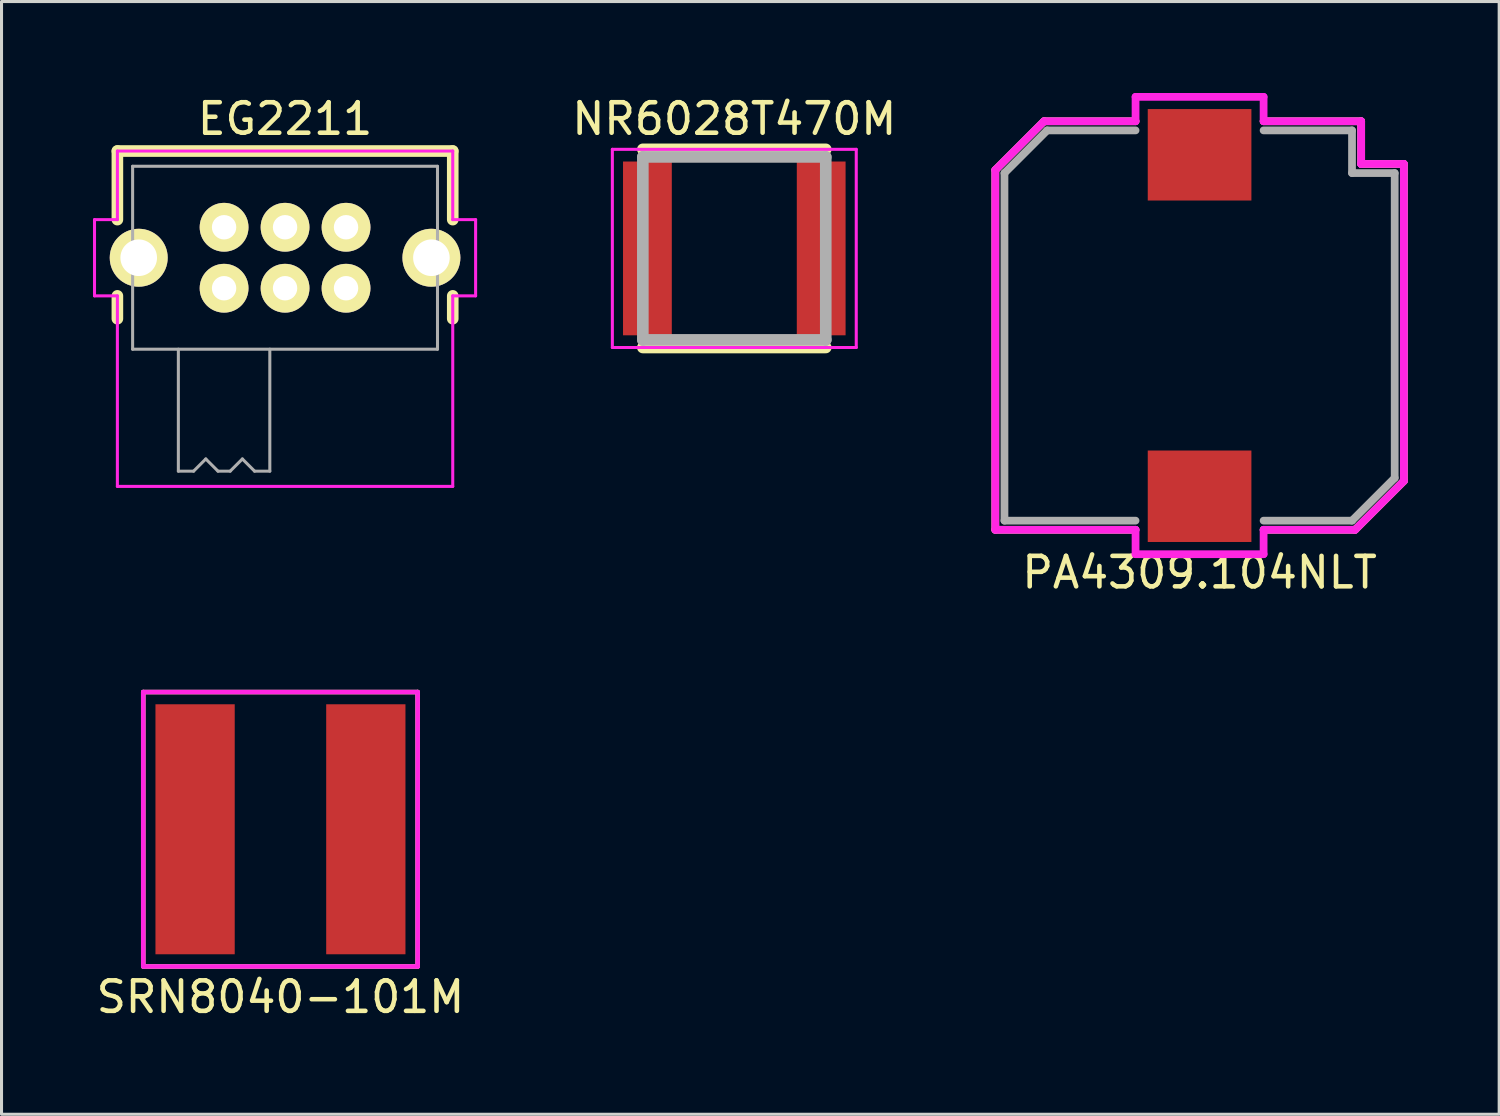
<source format=kicad_pcb>
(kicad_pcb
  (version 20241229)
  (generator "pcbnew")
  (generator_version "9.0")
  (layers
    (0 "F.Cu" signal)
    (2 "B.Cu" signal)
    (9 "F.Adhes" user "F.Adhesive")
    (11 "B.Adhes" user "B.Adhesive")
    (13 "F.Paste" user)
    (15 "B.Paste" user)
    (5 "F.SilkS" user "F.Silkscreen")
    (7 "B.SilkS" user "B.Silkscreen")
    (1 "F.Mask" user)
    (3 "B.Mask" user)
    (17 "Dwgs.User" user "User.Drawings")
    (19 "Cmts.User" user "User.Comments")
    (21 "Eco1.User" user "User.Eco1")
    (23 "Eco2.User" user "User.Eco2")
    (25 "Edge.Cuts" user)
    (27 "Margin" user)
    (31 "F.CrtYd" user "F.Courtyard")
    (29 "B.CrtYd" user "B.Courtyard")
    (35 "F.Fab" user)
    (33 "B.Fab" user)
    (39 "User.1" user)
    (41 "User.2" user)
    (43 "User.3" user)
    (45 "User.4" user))
  (footprint "EG2211"
    (layer "F.Cu")
    (at 6.3 5.404)
    (property "Reference" "EG2211" (at 0 -4.556 0) (layer "F.SilkS") (effects (font (size 1 1) (thickness 0.15))))
    (attr through_hole)
    (fp_line (start -5.5 -3.5) (end -5.5 -1.25) (stroke (width 0.381) (type solid)) (layer "F.SilkS"))
    (fp_line (start -5.5 -3.5) (end 5.5 -3.5) (stroke (width 0.381) (type solid)) (layer "F.SilkS"))
    (fp_line (start -5.5 1.25) (end -5.5 2) (stroke (width 0.381) (type solid)) (layer "F.SilkS"))
    (fp_line (start 5.5 -3.5) (end 5.5 -1.25) (stroke (width 0.381) (type solid)) (layer "F.SilkS"))
    (fp_line (start 5.5 1.25) (end 5.5 2) (stroke (width 0.381) (type solid)) (layer "F.SilkS"))
    (fp_line (start -6.25 -1.25) (end -6.25 1.25) (stroke (width 0.1) (type solid)) (layer "F.CrtYd"))
    (fp_line (start -6.25 1.25) (end -5.5 1.25) (stroke (width 0.1) (type solid)) (layer "F.CrtYd"))
    (fp_line (start -5.5 -3.5) (end -5.5 -1.25) (stroke (width 0.1) (type solid)) (layer "F.CrtYd"))
    (fp_line (start -5.5 -1.25) (end -6.25 -1.25) (stroke (width 0.1) (type solid)) (layer "F.CrtYd"))
    (fp_line (start -5.5 1.25) (end -5.5 7.5) (stroke (width 0.1) (type solid)) (layer "F.CrtYd"))
    (fp_line (start -5.5 7.5) (end 5.5 7.5) (stroke (width 0.1) (type solid)) (layer "F.CrtYd"))
    (fp_line (start 5.5 -3.5) (end -5.5 -3.5) (stroke (width 0.1) (type solid)) (layer "F.CrtYd"))
    (fp_line (start 5.5 -1.25) (end 5.5 -3.5) (stroke (width 0.1) (type solid)) (layer "F.CrtYd"))
    (fp_line (start 5.5 1.25) (end 6.25 1.25) (stroke (width 0.1) (type solid)) (layer "F.CrtYd"))
    (fp_line (start 5.5 7.5) (end 5.5 1.25) (stroke (width 0.1) (type solid)) (layer "F.CrtYd"))
    (fp_line (start 6.25 -1.25) (end 5.5 -1.25) (stroke (width 0.1) (type solid)) (layer "F.CrtYd"))
    (fp_line (start 6.25 1.25) (end 6.25 -1.25) (stroke (width 0.1) (type solid)) (layer "F.CrtYd"))
    (fp_line (start -5 -3) (end 5 -3) (stroke (width 0.1) (type solid)) (layer "F.Fab"))
    (fp_line (start -5 3) (end -5 -3) (stroke (width 0.1) (type solid)) (layer "F.Fab"))
    (fp_line (start -5 3) (end 5 3) (stroke (width 0.1) (type solid)) (layer "F.Fab"))
    (fp_line (start -3.5 7) (end -3.5 3) (stroke (width 0.1) (type solid)) (layer "F.Fab"))
    (fp_line (start -3.5 7) (end -3 7) (stroke (width 0.1) (type solid)) (layer "F.Fab"))
    (fp_line (start -3 7) (end -2.6 6.6) (stroke (width 0.1) (type solid)) (layer "F.Fab"))
    (fp_line (start -2.6 6.6) (end -2.2 7) (stroke (width 0.1) (type solid)) (layer "F.Fab"))
    (fp_line (start -2.2 7) (end -1.8 7) (stroke (width 0.1) (type solid)) (layer "F.Fab"))
    (fp_line (start -1.8 7) (end -1.4 6.6) (stroke (width 0.1) (type solid)) (layer "F.Fab"))
    (fp_line (start -1.4 6.6) (end -1 7) (stroke (width 0.1) (type solid)) (layer "F.Fab"))
    (fp_line (start -0.5 7) (end -1 7) (stroke (width 0.1) (type solid)) (layer "F.Fab"))
    (fp_line (start -0.5 7) (end -0.5 3) (stroke (width 0.1) (type solid)) (layer "F.Fab"))
    (fp_line (start 5 -3) (end 5 3) (stroke (width 0.1) (type solid)) (layer "F.Fab"))
    (pad "1" thru_hole circle (at -2 -1) (size 1.6 1.6) (drill 0.8) (layers "*.Cu" "*.Mask" "F.SilkS"))
    (pad "2" thru_hole circle (at -2 1) (size 1.6 1.6) (drill 0.8) (layers "*.Cu" "*.Mask" "F.SilkS"))
    (pad "3" thru_hole circle (at 0 -1) (size 1.6 1.6) (drill 0.8) (layers "*.Cu" "*.Mask" "F.SilkS"))
    (pad "4" thru_hole circle (at 0 1) (size 1.6 1.6) (drill 0.8) (layers "*.Cu" "*.Mask" "F.SilkS"))
    (pad "5" thru_hole circle (at 2 -1) (size 1.6 1.6) (drill 0.8) (layers "*.Cu" "*.Mask" "F.SilkS"))
    (pad "6" thru_hole circle (at 2 1) (size 1.6 1.6) (drill 0.8) (layers "*.Cu" "*.Mask" "F.SilkS"))
    (pad "MTG1" thru_hole circle (at -4.8 0) (size 1.9 1.9) (drill 1.2) (layers "*.Cu" "*.Mask" "F.SilkS"))
    (pad "MTG2" thru_hole circle (at 4.8 0) (size 1.9 1.9) (drill 1.2) (layers "*.Cu" "*.Mask" "F.SilkS")))
  (footprint "SRN8040-101M"
    (layer "F.Cu")
    (at 6.149 24.15)
    (property "Reference" "SRN8040-101M" (at 0 5.5 0) (layer "F.SilkS") (effects (font (size 1 1) (thickness 0.15))))
    (attr through_hole)
    (fp_line (start -4.5 -4.5) (end 4.5 -4.5) (stroke (width 0.15) (type solid)) (layer "F.SilkS"))
    (fp_line (start -4.5 4.5) (end -4.5 -4.5) (stroke (width 0.15) (type solid)) (layer "F.SilkS"))
    (fp_line (start 4.5 -4.5) (end 4.5 4.5) (stroke (width 0.15) (type solid)) (layer "F.SilkS"))
    (fp_line (start 4.5 4.5) (end -4.5 4.5) (stroke (width 0.15) (type solid)) (layer "F.SilkS"))
    (fp_line (start -4.5 -4.5) (end 4.5 -4.5) (stroke (width 0.15) (type solid)) (layer "F.CrtYd"))
    (fp_line (start -4.5 4.5) (end -4.5 -4.5) (stroke (width 0.15) (type solid)) (layer "F.CrtYd"))
    (fp_line (start 4.5 -4.5) (end 4.5 4.5) (stroke (width 0.15) (type solid)) (layer "F.CrtYd"))
    (fp_line (start 4.5 4.5) (end -4.5 4.5) (stroke (width 0.15) (type solid)) (layer "F.CrtYd"))
    (pad "1" smd rect (at -2.8 0 90) (size 8.2 2.6) (layers "F.Cu" "F.Mask" "F.Paste"))
    (pad "2" smd rect (at 2.8 0 90) (size 8.2 2.6) (layers "F.Cu" "F.Mask" "F.Paste")))
  (footprint "NR6028T470M"
    (layer "F.Cu")
    (at 21.035 5.098)
    (property "Reference" "NR6028T470M" (at 0 -4.25 0) (layer "F.SilkS") (effects (font (size 1 1) (thickness 0.15))))
    (attr through_hole)
    (fp_line (start -3 -3.25) (end 3 -3.25) (stroke (width 0.381) (type solid)) (layer "F.SilkS"))
    (fp_line (start -3 3.25) (end 3 3.25) (stroke (width 0.381) (type solid)) (layer "F.SilkS"))
    (fp_line (start -4 -3.25) (end 4 -3.25) (stroke (width 0.1) (type solid)) (layer "F.CrtYd"))
    (fp_line (start -4 3.25) (end -4 -3.25) (stroke (width 0.1) (type solid)) (layer "F.CrtYd"))
    (fp_line (start 4 -3.25) (end 4 3.25) (stroke (width 0.1) (type solid)) (layer "F.CrtYd"))
    (fp_line (start 4 3.25) (end -4 3.25) (stroke (width 0.1) (type solid)) (layer "F.CrtYd"))
    (fp_line (start -3 -3) (end -3 3) (stroke (width 0.381) (type solid)) (layer "F.Fab"))
    (fp_line (start -3 3) (end 3 3) (stroke (width 0.381) (type solid)) (layer "F.Fab"))
    (fp_line (start 3 -3) (end -3 -3) (stroke (width 0.381) (type solid)) (layer "F.Fab"))
    (fp_line (start 3 3) (end 3 -3) (stroke (width 0.381) (type solid)) (layer "F.Fab"))
    (pad "1" smd rect (at -2.85 0) (size 1.6 5.7) (layers "F.Cu" "F.Mask" "F.Paste"))
    (pad "2" smd rect (at 2.85 0) (size 1.6 5.7) (layers "F.Cu" "F.Mask" "F.Paste")))
  (footprint "PA4309.104NLT"
    (layer "F.Cu")
    (at 36.296 7.627)
    (property "Reference" "PA4309.104NLT" (at 0 8.1 0) (layer "F.SilkS") (effects (font (size 1 1) (thickness 0.15))))
    (attr through_hole)
    (fp_line (start -6.7 -5.1) (end -6.7 6.7) (stroke (width 0.254) (type solid)) (layer "F.SilkS"))
    (fp_line (start -6.7 6.7) (end -2.1 6.7) (stroke (width 0.254) (type solid)) (layer "F.SilkS"))
    (fp_line (start -5.1 -6.7) (end -6.7 -5.1) (stroke (width 0.254) (type solid)) (layer "F.SilkS"))
    (fp_line (start -2.1 -6.7) (end -5.1 -6.7) (stroke (width 0.254) (type solid)) (layer "F.SilkS"))
    (fp_line (start 2.1 6.7) (end 5.1 6.7) (stroke (width 0.254) (type solid)) (layer "F.SilkS"))
    (fp_line (start 5.1 6.7) (end 6.7 5.1) (stroke (width 0.254) (type solid)) (layer "F.SilkS"))
    (fp_line (start 5.3 -6.7) (end 2.1 -6.7) (stroke (width 0.254) (type solid)) (layer "F.SilkS"))
    (fp_line (start 5.3 -5.3) (end 5.3 -6.7) (stroke (width 0.254) (type solid)) (layer "F.SilkS"))
    (fp_line (start 6.7 -5.3) (end 5.3 -5.3) (stroke (width 0.254) (type solid)) (layer "F.SilkS"))
    (fp_line (start 6.7 5.1) (end 6.7 -5.3) (stroke (width 0.254) (type solid)) (layer "F.SilkS"))
    (fp_line (start -6.7 -5.1) (end -6.7 6.7) (stroke (width 0.254) (type solid)) (layer "F.CrtYd"))
    (fp_line (start -6.7 6.7) (end -2.1 6.7) (stroke (width 0.254) (type solid)) (layer "F.CrtYd"))
    (fp_line (start -5.1 -6.7) (end -6.7 -5.1) (stroke (width 0.254) (type solid)) (layer "F.CrtYd"))
    (fp_line (start -2.1 -7.5) (end -2.1 -6.7) (stroke (width 0.254) (type solid)) (layer "F.CrtYd"))
    (fp_line (start -2.1 -6.7) (end -5.1 -6.7) (stroke (width 0.254) (type solid)) (layer "F.CrtYd"))
    (fp_line (start -2.1 6.7) (end -2.1 7.5) (stroke (width 0.254) (type solid)) (layer "F.CrtYd"))
    (fp_line (start -2.1 7.5) (end 2.1 7.5) (stroke (width 0.254) (type solid)) (layer "F.CrtYd"))
    (fp_line (start 2.1 -7.5) (end -2.1 -7.5) (stroke (width 0.254) (type solid)) (layer "F.CrtYd"))
    (fp_line (start 2.1 -6.7) (end 2.1 -7.5) (stroke (width 0.254) (type solid)) (layer "F.CrtYd"))
    (fp_line (start 2.1 6.7) (end 5.1 6.7) (stroke (width 0.254) (type solid)) (layer "F.CrtYd"))
    (fp_line (start 2.1 7.5) (end 2.1 6.7) (stroke (width 0.254) (type solid)) (layer "F.CrtYd"))
    (fp_line (start 5.1 6.7) (end 6.7 5.1) (stroke (width 0.254) (type solid)) (layer "F.CrtYd"))
    (fp_line (start 5.3 -6.7) (end 2.1 -6.7) (stroke (width 0.254) (type solid)) (layer "F.CrtYd"))
    (fp_line (start 5.3 -5.3) (end 5.3 -6.7) (stroke (width 0.254) (type solid)) (layer "F.CrtYd"))
    (fp_line (start 6.7 -5.3) (end 5.3 -5.3) (stroke (width 0.254) (type solid)) (layer "F.CrtYd"))
    (fp_line (start 6.7 5.1) (end 6.7 -5.3) (stroke (width 0.254) (type solid)) (layer "F.CrtYd"))
    (fp_line (start -6.4 -5) (end -6.4 6.4) (stroke (width 0.254) (type solid)) (layer "F.Fab"))
    (fp_line (start -6.4 -5) (end -5 -6.4) (stroke (width 0.254) (type solid)) (layer "F.Fab"))
    (fp_line (start -6.4 6.4) (end -2.1 6.4) (stroke (width 0.254) (type solid)) (layer "F.Fab"))
    (fp_line (start -5 -6.4) (end -2.1 -6.4) (stroke (width 0.254) (type solid)) (layer "F.Fab"))
    (fp_line (start 5 -6.4) (end 2.1 -6.4) (stroke (width 0.254) (type solid)) (layer "F.Fab"))
    (fp_line (start 5 -6.4) (end 5 -5) (stroke (width 0.254) (type solid)) (layer "F.Fab"))
    (fp_line (start 5 -5) (end 6.4 -5) (stroke (width 0.254) (type solid)) (layer "F.Fab"))
    (fp_line (start 5 6.4) (end 2.1 6.4) (stroke (width 0.254) (type solid)) (layer "F.Fab"))
    (fp_line (start 5 6.4) (end 6.4 5) (stroke (width 0.254) (type solid)) (layer "F.Fab"))
    (fp_line (start 6.4 5) (end 6.4 -5) (stroke (width 0.254) (type solid)) (layer "F.Fab"))
    (pad "1" smd rect (at 0 -5.6) (size 3.4 3) (layers "F.Cu" "F.Mask" "F.Paste"))
    (pad "2" smd rect (at 0 5.6) (size 3.4 3) (layers "F.Cu" "F.Mask" "F.Paste")))
  (gr_rect
    (start -3 -3)
    (end 46.123 33.498)
    (stroke (width 0.1) (type default))
    (fill no)
    (layer "Edge.Cuts")))
</source>
